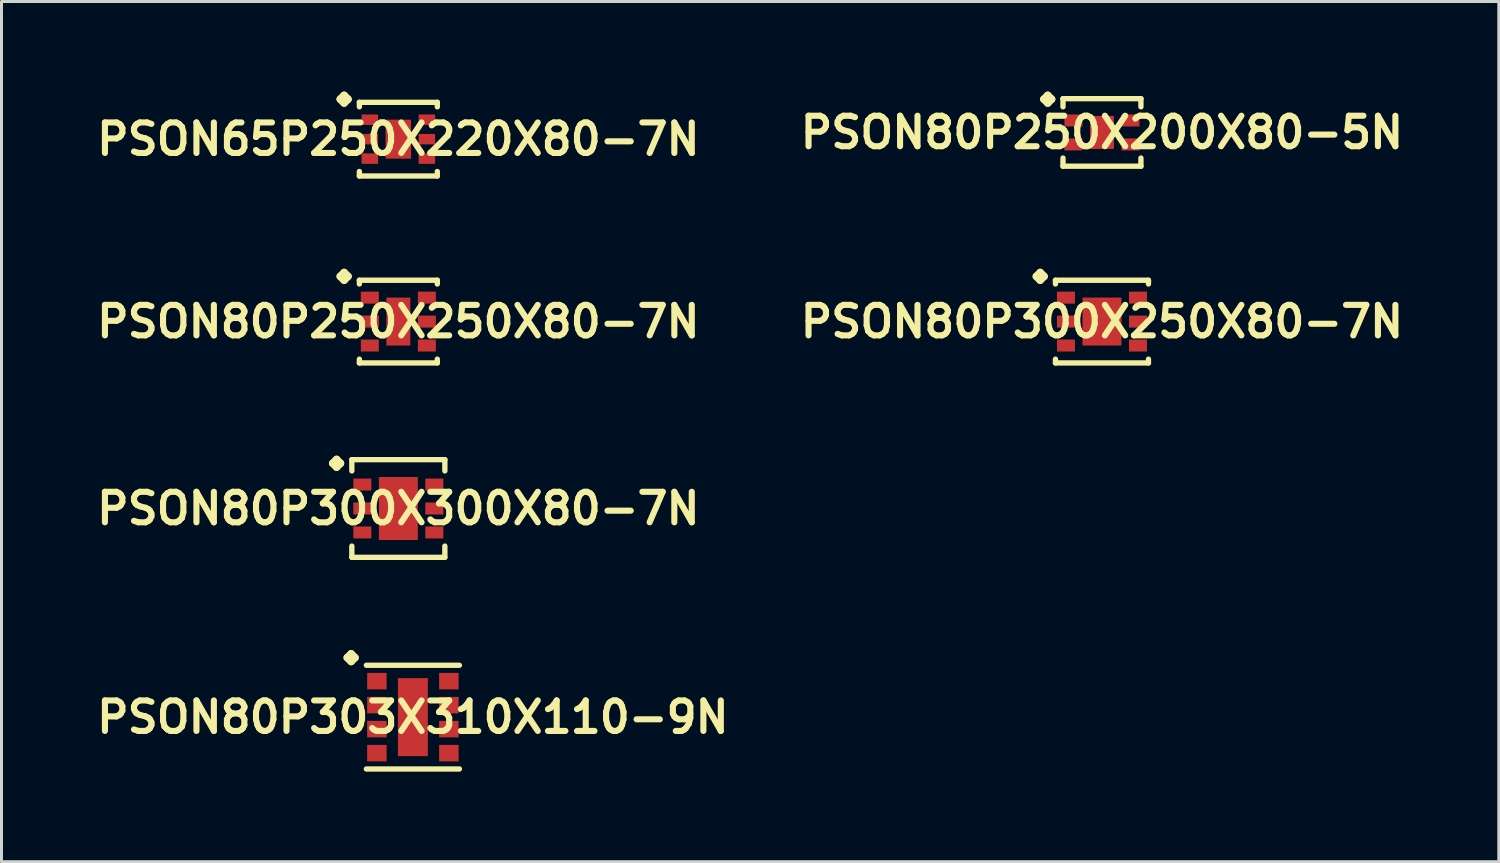
<source format=kicad_pcb>
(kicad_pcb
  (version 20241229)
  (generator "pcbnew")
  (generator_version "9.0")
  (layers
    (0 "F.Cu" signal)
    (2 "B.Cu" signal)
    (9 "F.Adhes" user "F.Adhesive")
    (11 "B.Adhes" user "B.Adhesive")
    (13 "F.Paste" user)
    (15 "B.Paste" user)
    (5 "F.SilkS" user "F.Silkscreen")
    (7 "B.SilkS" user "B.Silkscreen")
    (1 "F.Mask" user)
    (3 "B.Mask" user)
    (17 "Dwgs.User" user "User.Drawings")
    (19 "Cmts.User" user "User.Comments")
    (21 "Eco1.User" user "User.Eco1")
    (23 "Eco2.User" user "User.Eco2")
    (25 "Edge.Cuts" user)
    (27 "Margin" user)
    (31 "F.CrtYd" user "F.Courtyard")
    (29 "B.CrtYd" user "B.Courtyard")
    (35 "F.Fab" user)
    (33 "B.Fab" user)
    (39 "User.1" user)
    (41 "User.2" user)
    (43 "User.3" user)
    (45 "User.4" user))
  (footprint "PSON80P250X200X80-5N"
    (layer "F.Cu")
    (at 33.654 1.361)
    (property "Reference" "PSON80P250X200X80-5N" (at 0 0 0) (layer "F.SilkS") (effects (font (size 1.016 1.016) (thickness 0.203))))
    (attr smd)
    (fp_line (start -1.933 -1.107) (end -1.806 -1.234) (stroke (width 0.254) (type solid)) (layer "F.SilkS"))
    (fp_line (start -1.806 -1.234) (end -1.679 -1.107) (stroke (width 0.254) (type solid)) (layer "F.SilkS"))
    (fp_line (start -1.806 -0.98) (end -1.933 -1.107) (stroke (width 0.254) (type solid)) (layer "F.SilkS"))
    (fp_line (start -1.679 -1.107) (end -1.806 -0.98) (stroke (width 0.254) (type solid)) (layer "F.SilkS"))
    (fp_line (start -1.298 -1.125) (end 1.298 -1.125) (stroke (width 0.178) (type solid)) (layer "F.SilkS"))
    (fp_line (start -1.298 -0.853) (end -1.298 -1.125) (stroke (width 0.178) (type solid)) (layer "F.SilkS"))
    (fp_line (start -1.298 0.853) (end -1.298 1.125) (stroke (width 0.178) (type solid)) (layer "F.SilkS"))
    (fp_line (start -1.298 1.125) (end 1.298 1.125) (stroke (width 0.178) (type solid)) (layer "F.SilkS"))
    (fp_line (start 1.298 -1.125) (end 1.298 -0.853) (stroke (width 0.178) (type solid)) (layer "F.SilkS"))
    (fp_line (start 1.298 1.125) (end 1.298 0.853) (stroke (width 0.178) (type solid)) (layer "F.SilkS"))
    (pad "1" smd rect (at -0.95 -0.399) (size 0.599 0.399) (layers "F.Cu" "F.Mask" "F.Paste"))
    (pad "2" smd rect (at -0.95 0.399) (size 0.599 0.399) (layers "F.Cu" "F.Mask" "F.Paste"))
    (pad "3" smd rect (at 0.95 0.399) (size 0.599 0.399) (layers "F.Cu" "F.Mask" "F.Paste"))
    (pad "4" smd rect (at 0.95 -0.399) (size 0.599 0.399) (layers "F.Cu" "F.Mask" "F.Paste"))
    (pad "5" smd rect (at 0 0) (size 0.798 1.1) (layers "F.Cu" "F.Mask" "F.Paste")))
  (footprint "PSON80P250X250X80-7N"
    (layer "F.Cu")
    (at 10.218 7.661)
    (property "Reference" "PSON80P250X250X80-7N" (at 0 0 0) (layer "F.SilkS") (effects (font (size 1.016 1.016) (thickness 0.203))))
    (attr smd)
    (fp_line (start -1.933 -1.506) (end -1.806 -1.633) (stroke (width 0.254) (type solid)) (layer "F.SilkS"))
    (fp_line (start -1.806 -1.633) (end -1.679 -1.506) (stroke (width 0.254) (type solid)) (layer "F.SilkS"))
    (fp_line (start -1.806 -1.379) (end -1.933 -1.506) (stroke (width 0.254) (type solid)) (layer "F.SilkS"))
    (fp_line (start -1.679 -1.506) (end -1.806 -1.379) (stroke (width 0.254) (type solid)) (layer "F.SilkS"))
    (fp_line (start -1.298 -1.377) (end 1.298 -1.377) (stroke (width 0.178) (type solid)) (layer "F.SilkS"))
    (fp_line (start -1.298 -1.252) (end -1.298 -1.377) (stroke (width 0.178) (type solid)) (layer "F.SilkS"))
    (fp_line (start -1.298 1.252) (end -1.298 1.377) (stroke (width 0.178) (type solid)) (layer "F.SilkS"))
    (fp_line (start -1.298 1.377) (end 1.298 1.377) (stroke (width 0.178) (type solid)) (layer "F.SilkS"))
    (fp_line (start 1.298 -1.377) (end 1.298 -1.252) (stroke (width 0.178) (type solid)) (layer "F.SilkS"))
    (fp_line (start 1.298 1.377) (end 1.298 1.252) (stroke (width 0.178) (type solid)) (layer "F.SilkS"))
    (pad "1" smd rect (at -0.95 -0.798) (size 0.599 0.399) (layers "F.Cu" "F.Mask" "F.Paste"))
    (pad "2" smd rect (at -0.95 0) (size 0.599 0.399) (layers "F.Cu" "F.Mask" "F.Paste"))
    (pad "3" smd rect (at -0.95 0.798) (size 0.599 0.399) (layers "F.Cu" "F.Mask" "F.Paste"))
    (pad "4" smd rect (at 0.95 0.798) (size 0.599 0.399) (layers "F.Cu" "F.Mask" "F.Paste"))
    (pad "5" smd rect (at 0.95 0) (size 0.599 0.399) (layers "F.Cu" "F.Mask" "F.Paste"))
    (pad "6" smd rect (at 0.95 -0.798) (size 0.599 0.399) (layers "F.Cu" "F.Mask" "F.Paste"))
    (pad "7" smd rect (at 0 0) (size 0.798 1.598) (layers "F.Cu" "F.Mask" "F.Paste")))
  (footprint "PSON80P300X300X80-7N"
    (layer "F.Cu")
    (at 10.218 13.887)
    (property "Reference" "PSON80P300X300X80-7N" (at 0 0 0) (layer "F.SilkS") (effects (font (size 1.016 1.016) (thickness 0.203))))
    (attr smd)
    (fp_line (start -2.184 -1.506) (end -2.057 -1.633) (stroke (width 0.254) (type solid)) (layer "F.SilkS"))
    (fp_line (start -2.057 -1.633) (end -1.93 -1.506) (stroke (width 0.254) (type solid)) (layer "F.SilkS"))
    (fp_line (start -2.057 -1.379) (end -2.184 -1.506) (stroke (width 0.254) (type solid)) (layer "F.SilkS"))
    (fp_line (start -1.93 -1.506) (end -2.057 -1.379) (stroke (width 0.254) (type solid)) (layer "F.SilkS"))
    (fp_line (start -1.549 -1.626) (end 1.549 -1.626) (stroke (width 0.178) (type solid)) (layer "F.SilkS"))
    (fp_line (start -1.549 -1.252) (end -1.549 -1.626) (stroke (width 0.178) (type solid)) (layer "F.SilkS"))
    (fp_line (start -1.549 1.252) (end -1.549 1.626) (stroke (width 0.178) (type solid)) (layer "F.SilkS"))
    (fp_line (start -1.549 1.626) (end 1.549 1.626) (stroke (width 0.178) (type solid)) (layer "F.SilkS"))
    (fp_line (start 1.549 -1.626) (end 1.549 -1.252) (stroke (width 0.178) (type solid)) (layer "F.SilkS"))
    (fp_line (start 1.549 1.626) (end 1.549 1.252) (stroke (width 0.178) (type solid)) (layer "F.SilkS"))
    (pad "1" smd rect (at -1.199 -0.798) (size 0.599 0.399) (layers "F.Cu" "F.Mask" "F.Paste"))
    (pad "2" smd rect (at -1.199 0) (size 0.599 0.399) (layers "F.Cu" "F.Mask" "F.Paste"))
    (pad "3" smd rect (at -1.199 0.798) (size 0.599 0.399) (layers "F.Cu" "F.Mask" "F.Paste"))
    (pad "4" smd rect (at 1.199 0.798) (size 0.599 0.399) (layers "F.Cu" "F.Mask" "F.Paste"))
    (pad "5" smd rect (at 1.199 0) (size 0.599 0.399) (layers "F.Cu" "F.Mask" "F.Paste"))
    (pad "6" smd rect (at 1.199 -0.798) (size 0.599 0.399) (layers "F.Cu" "F.Mask" "F.Paste"))
    (pad "7" smd rect (at 0 0) (size 1.298 2.098) (layers "F.Cu" "F.Mask" "F.Paste")))
  (footprint "PSON65P250X220X80-7N"
    (layer "F.Cu")
    (at 10.218 1.585)
    (property "Reference" "PSON65P250X220X80-7N" (at 0 0 0) (layer "F.SilkS") (effects (font (size 1.016 1.016) (thickness 0.203))))
    (attr smd)
    (fp_line (start -1.933 -1.331) (end -1.806 -1.458) (stroke (width 0.254) (type solid)) (layer "F.SilkS"))
    (fp_line (start -1.806 -1.458) (end -1.679 -1.331) (stroke (width 0.254) (type solid)) (layer "F.SilkS"))
    (fp_line (start -1.806 -1.204) (end -1.933 -1.331) (stroke (width 0.254) (type solid)) (layer "F.SilkS"))
    (fp_line (start -1.679 -1.331) (end -1.806 -1.204) (stroke (width 0.254) (type solid)) (layer "F.SilkS"))
    (fp_line (start -1.298 -1.227) (end 1.298 -1.227) (stroke (width 0.178) (type solid)) (layer "F.SilkS"))
    (fp_line (start -1.298 -1.077) (end -1.298 -1.227) (stroke (width 0.178) (type solid)) (layer "F.SilkS"))
    (fp_line (start -1.298 1.077) (end -1.298 1.227) (stroke (width 0.178) (type solid)) (layer "F.SilkS"))
    (fp_line (start -1.298 1.227) (end 1.298 1.227) (stroke (width 0.178) (type solid)) (layer "F.SilkS"))
    (fp_line (start 1.298 -1.227) (end 1.298 -1.077) (stroke (width 0.178) (type solid)) (layer "F.SilkS"))
    (fp_line (start 1.298 1.227) (end 1.298 1.077) (stroke (width 0.178) (type solid)) (layer "F.SilkS"))
    (pad "1" smd rect (at -0.95 -0.648) (size 0.549 0.348) (layers "F.Cu" "F.Mask" "F.Paste"))
    (pad "2" smd rect (at -0.95 0) (size 0.549 0.348) (layers "F.Cu" "F.Mask" "F.Paste"))
    (pad "3" smd rect (at -0.95 0.648) (size 0.549 0.348) (layers "F.Cu" "F.Mask" "F.Paste"))
    (pad "4" smd rect (at 0.95 0.648) (size 0.549 0.348) (layers "F.Cu" "F.Mask" "F.Paste"))
    (pad "5" smd rect (at 0.95 0) (size 0.549 0.348) (layers "F.Cu" "F.Mask" "F.Paste"))
    (pad "6" smd rect (at 0.95 -0.648) (size 0.549 0.348) (layers "F.Cu" "F.Mask" "F.Paste"))
    (pad "7" smd rect (at 0 0) (size 0.848 1.298) (layers "F.Cu" "F.Mask" "F.Paste")))
  (footprint "PSON80P303X310X110-9N"
    (layer "F.Cu")
    (at 10.702 20.836)
    (property "Reference" "PSON80P303X310X110-9N" (at 0 0 0) (layer "F.SilkS") (effects (font (size 1.016 1.016) (thickness 0.203))))
    (attr smd)
    (fp_line (start -2.184 -1.981) (end -2.057 -2.108) (stroke (width 0.254) (type solid)) (layer "F.SilkS"))
    (fp_line (start -2.057 -2.108) (end -1.93 -1.981) (stroke (width 0.254) (type solid)) (layer "F.SilkS"))
    (fp_line (start -2.057 -1.854) (end -2.184 -1.981) (stroke (width 0.254) (type solid)) (layer "F.SilkS"))
    (fp_line (start -1.93 -1.981) (end -2.057 -1.854) (stroke (width 0.254) (type solid)) (layer "F.SilkS"))
    (fp_line (start -1.549 -1.727) (end 1.549 -1.727) (stroke (width 0.178) (type solid)) (layer "F.SilkS"))
    (fp_line (start -1.549 1.727) (end 1.549 1.727) (stroke (width 0.178) (type solid)) (layer "F.SilkS"))
    (pad "1" smd rect (at -1.199 -1.199) (size 0.648 0.549) (layers "F.Cu" "F.Mask" "F.Paste"))
    (pad "2" smd rect (at -1.199 -0.399) (size 0.648 0.549) (layers "F.Cu" "F.Mask" "F.Paste"))
    (pad "3" smd rect (at -1.199 0.399) (size 0.648 0.549) (layers "F.Cu" "F.Mask" "F.Paste"))
    (pad "4" smd rect (at -1.199 1.199) (size 0.648 0.549) (layers "F.Cu" "F.Mask" "F.Paste"))
    (pad "5" smd rect (at 1.199 1.199) (size 0.648 0.549) (layers "F.Cu" "F.Mask" "F.Paste"))
    (pad "6" smd rect (at 1.199 0.399) (size 0.648 0.549) (layers "F.Cu" "F.Mask" "F.Paste"))
    (pad "7" smd rect (at 1.199 -0.399) (size 0.648 0.549) (layers "F.Cu" "F.Mask" "F.Paste"))
    (pad "8" smd rect (at 1.199 -1.199) (size 0.648 0.549) (layers "F.Cu" "F.Mask" "F.Paste"))
    (pad "9" smd rect (at 0 0) (size 0.998 2.598) (layers "F.Cu" "F.Mask" "F.Paste")))
  (footprint "PSON80P300X250X80-7N"
    (layer "F.Cu")
    (at 33.654 7.661)
    (property "Reference" "PSON80P300X250X80-7N" (at 0 0 0) (layer "F.SilkS") (effects (font (size 1.016 1.016) (thickness 0.203))))
    (attr smd)
    (fp_line (start -2.184 -1.506) (end -2.057 -1.633) (stroke (width 0.254) (type solid)) (layer "F.SilkS"))
    (fp_line (start -2.057 -1.633) (end -1.93 -1.506) (stroke (width 0.254) (type solid)) (layer "F.SilkS"))
    (fp_line (start -2.057 -1.379) (end -2.184 -1.506) (stroke (width 0.254) (type solid)) (layer "F.SilkS"))
    (fp_line (start -1.93 -1.506) (end -2.057 -1.379) (stroke (width 0.254) (type solid)) (layer "F.SilkS"))
    (fp_line (start -1.549 -1.377) (end 1.549 -1.377) (stroke (width 0.178) (type solid)) (layer "F.SilkS"))
    (fp_line (start -1.549 -1.252) (end -1.549 -1.377) (stroke (width 0.178) (type solid)) (layer "F.SilkS"))
    (fp_line (start -1.549 1.252) (end -1.549 1.377) (stroke (width 0.178) (type solid)) (layer "F.SilkS"))
    (fp_line (start -1.549 1.377) (end 1.549 1.377) (stroke (width 0.178) (type solid)) (layer "F.SilkS"))
    (fp_line (start 1.549 -1.377) (end 1.549 -1.252) (stroke (width 0.178) (type solid)) (layer "F.SilkS"))
    (fp_line (start 1.549 1.377) (end 1.549 1.252) (stroke (width 0.178) (type solid)) (layer "F.SilkS"))
    (pad "1" smd rect (at -1.199 -0.798) (size 0.599 0.399) (layers "F.Cu" "F.Mask" "F.Paste"))
    (pad "2" smd rect (at -1.199 0) (size 0.599 0.399) (layers "F.Cu" "F.Mask" "F.Paste"))
    (pad "3" smd rect (at -1.199 0.798) (size 0.599 0.399) (layers "F.Cu" "F.Mask" "F.Paste"))
    (pad "4" smd rect (at 1.199 0.798) (size 0.599 0.399) (layers "F.Cu" "F.Mask" "F.Paste"))
    (pad "5" smd rect (at 1.199 0) (size 0.599 0.399) (layers "F.Cu" "F.Mask" "F.Paste"))
    (pad "6" smd rect (at 1.199 -0.798) (size 0.599 0.399) (layers "F.Cu" "F.Mask" "F.Paste"))
    (pad "7" smd rect (at 0 0) (size 1.298 1.598) (layers "F.Cu" "F.Mask" "F.Paste")))
  (gr_rect
    (start -3 -3)
    (end 46.872 25.652)
    (stroke (width 0.1) (type default))
    (fill no)
    (layer "Edge.Cuts")))
</source>
